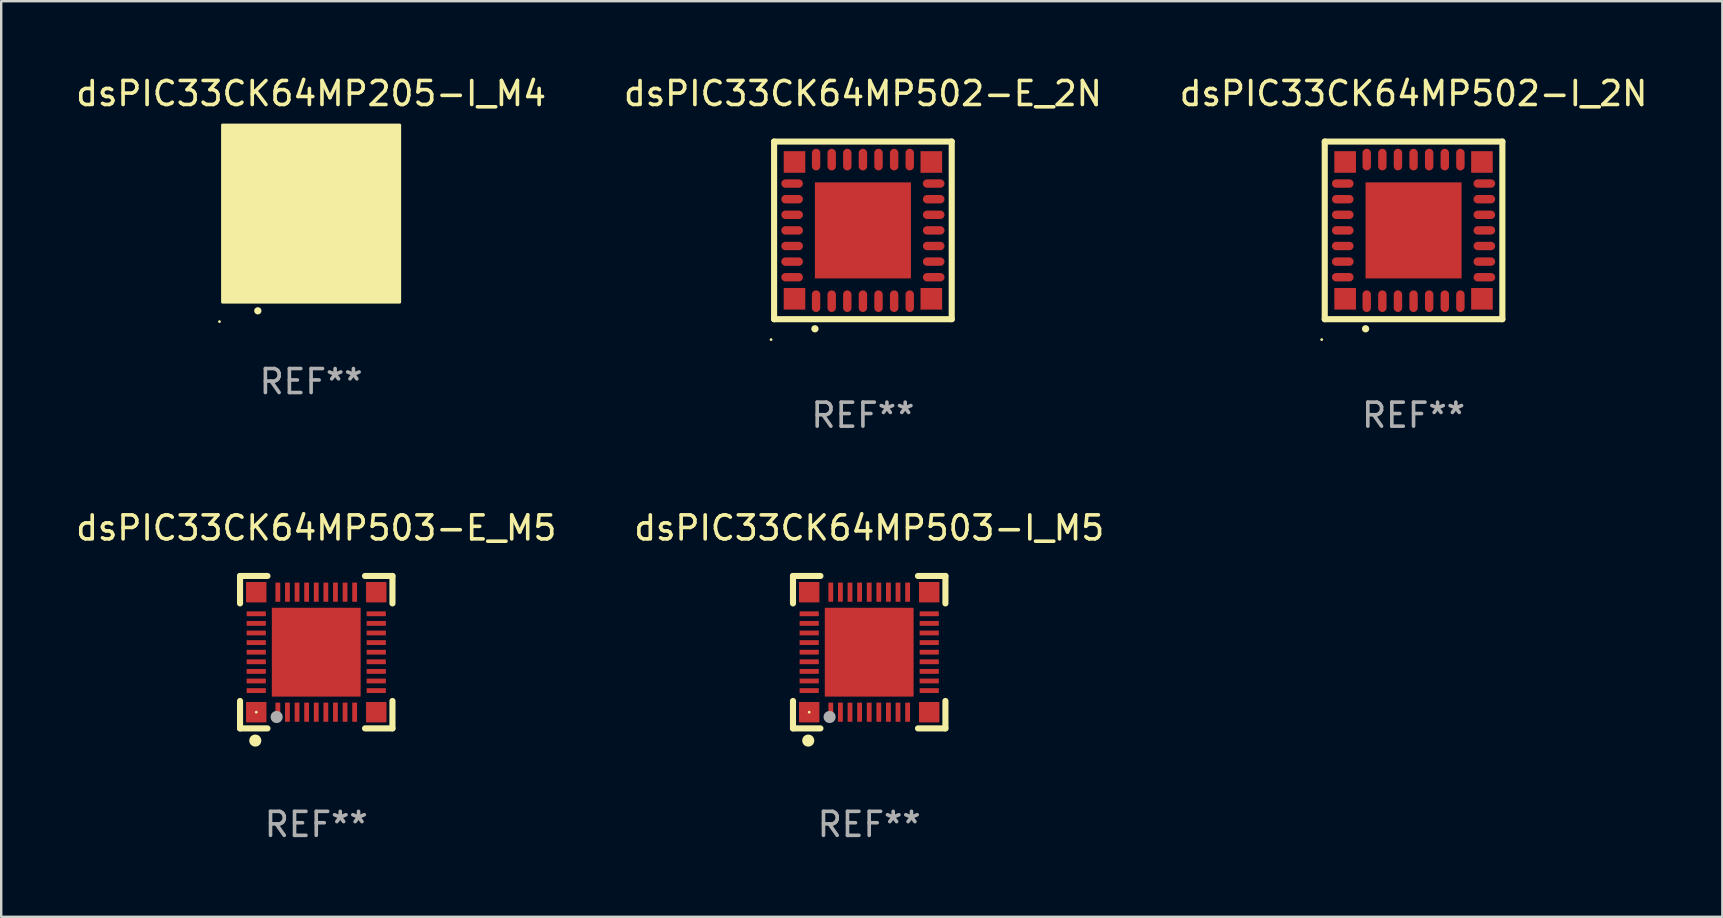
<source format=kicad_pcb>
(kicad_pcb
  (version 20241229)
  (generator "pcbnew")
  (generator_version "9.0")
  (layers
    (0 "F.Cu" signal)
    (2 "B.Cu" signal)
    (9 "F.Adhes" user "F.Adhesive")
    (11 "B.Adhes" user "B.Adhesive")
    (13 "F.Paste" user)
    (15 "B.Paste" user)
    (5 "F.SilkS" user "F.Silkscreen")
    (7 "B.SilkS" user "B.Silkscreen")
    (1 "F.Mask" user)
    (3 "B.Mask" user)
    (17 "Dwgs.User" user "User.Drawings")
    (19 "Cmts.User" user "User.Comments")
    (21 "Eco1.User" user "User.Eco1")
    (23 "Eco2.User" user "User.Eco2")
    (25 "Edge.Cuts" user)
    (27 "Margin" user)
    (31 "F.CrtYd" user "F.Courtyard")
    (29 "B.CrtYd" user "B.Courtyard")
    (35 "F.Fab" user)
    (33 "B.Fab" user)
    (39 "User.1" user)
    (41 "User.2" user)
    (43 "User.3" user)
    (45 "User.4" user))
  (footprint "dsPIC33CK64MP502-I_2N"
    (layer "F.Cu")
    (at 55.839 6.548)
    (property "Reference" "dsPIC33CK64MP502-I_2N" (at 0 -5.7 0) (layer "F.SilkS") (effects (font (size 1 1) (thickness 0.15))))
    (attr through_hole)
    (fp_line (start -3.7 -3.7) (end 3.7 -3.7) (stroke (width 0.254) (type solid)) (layer "F.SilkS"))
    (fp_line (start -3.7 3.7) (end -3.7 -3.7) (stroke (width 0.254) (type solid)) (layer "F.SilkS"))
    (fp_line (start 3.7 -3.7) (end 3.7 3.7) (stroke (width 0.254) (type solid)) (layer "F.SilkS"))
    (fp_line (start 3.7 3.7) (end -3.7 3.7) (stroke (width 0.254) (type solid)) (layer "F.SilkS"))
    (fp_arc (start -2 4.1) (mid -1.99873 4.099995) (end -1.99746 4.1) (stroke (width 0.3) (type solid)) (layer "F.SilkS"))
    (fp_circle (center -3.827 4.55) (end -3.797 4.55) (stroke (width 0.06) (type solid)) (fill no) (layer "F.SilkS"))
    (fp_text user "REF**" (at 0 7.7 0) (layer "F.Fab") (effects (font (size 1 1) (thickness 0.15))))
    (pad "1" smd oval (at -1.951 2.949 180) (size 0.35 0.9) (layers "F.Cu" "F.Mask" "F.Paste"))
    (pad "2" smd oval (at -1.3 2.949 180) (size 0.35 0.9) (layers "F.Cu" "F.Mask" "F.Paste"))
    (pad "3" smd oval (at -0.65 2.949 180) (size 0.35 0.9) (layers "F.Cu" "F.Mask" "F.Paste"))
    (pad "4" smd oval (at 0.000051 2.949 180) (size 0.35 0.9) (layers "F.Cu" "F.Mask" "F.Paste"))
    (pad "5" smd oval (at 0.65 2.949 180) (size 0.35 0.9) (layers "F.Cu" "F.Mask" "F.Paste"))
    (pad "6" smd oval (at 1.301 2.949 180) (size 0.35 0.9) (layers "F.Cu" "F.Mask" "F.Paste"))
    (pad "7" smd oval (at 1.951 2.949 180) (size 0.35 0.9) (layers "F.Cu" "F.Mask" "F.Paste"))
    (pad "8" smd oval (at 2.949 1.951 90) (size 0.35 0.9) (layers "F.Cu" "F.Mask" "F.Paste"))
    (pad "9" smd oval (at 2.949 1.301 90) (size 0.35 0.9) (layers "F.Cu" "F.Mask" "F.Paste"))
    (pad "10" smd oval (at 2.949 0.65 90) (size 0.35 0.9) (layers "F.Cu" "F.Mask" "F.Paste"))
    (pad "11" smd oval (at 2.949 0.000051 90) (size 0.35 0.9) (layers "F.Cu" "F.Mask" "F.Paste"))
    (pad "12" smd oval (at 2.949 -0.65 90) (size 0.35 0.9) (layers "F.Cu" "F.Mask" "F.Paste"))
    (pad "13" smd oval (at 2.949 -1.3 90) (size 0.35 0.9) (layers "F.Cu" "F.Mask" "F.Paste"))
    (pad "14" smd oval (at 2.949 -1.951 90) (size 0.35 0.9) (layers "F.Cu" "F.Mask" "F.Paste"))
    (pad "15" smd oval (at 1.951 -2.949 180) (size 0.35 0.9) (layers "F.Cu" "F.Mask" "F.Paste"))
    (pad "16" smd oval (at 1.301 -2.949 180) (size 0.35 0.9) (layers "F.Cu" "F.Mask" "F.Paste"))
    (pad "17" smd oval (at 0.65 -2.949 180) (size 0.35 0.9) (layers "F.Cu" "F.Mask" "F.Paste"))
    (pad "18" smd oval (at 0.000051 -2.949 180) (size 0.35 0.9) (layers "F.Cu" "F.Mask" "F.Paste"))
    (pad "19" smd oval (at -0.65 -2.949 180) (size 0.35 0.9) (layers "F.Cu" "F.Mask" "F.Paste"))
    (pad "20" smd oval (at -1.3 -2.949 180) (size 0.35 0.9) (layers "F.Cu" "F.Mask" "F.Paste"))
    (pad "21" smd oval (at -1.951 -2.949 180) (size 0.35 0.9) (layers "F.Cu" "F.Mask" "F.Paste"))
    (pad "22" smd oval (at -2.949 -1.951 90) (size 0.35 0.9) (layers "F.Cu" "F.Mask" "F.Paste"))
    (pad "23" smd oval (at -2.949 -1.3 90) (size 0.35 0.9) (layers "F.Cu" "F.Mask" "F.Paste"))
    (pad "24" smd oval (at -2.949 -0.65 90) (size 0.35 0.9) (layers "F.Cu" "F.Mask" "F.Paste"))
    (pad "25" smd oval (at -2.949 0.000051 90) (size 0.35 0.9) (layers "F.Cu" "F.Mask" "F.Paste"))
    (pad "26" smd oval (at -2.949 0.65 90) (size 0.35 0.9) (layers "F.Cu" "F.Mask" "F.Paste"))
    (pad "27" smd oval (at -2.949 1.301 90) (size 0.35 0.9) (layers "F.Cu" "F.Mask" "F.Paste"))
    (pad "28" smd oval (at -2.949 1.951 90) (size 0.35 0.9) (layers "F.Cu" "F.Mask" "F.Paste"))
    (pad "29" smd rect (at -2.85 -2.85 90) (size 0.9 0.9) (layers "F.Cu" "F.Mask" "F.Paste"))
    (pad "29" smd rect (at -2.85 2.85 90) (size 0.9 0.9) (layers "F.Cu" "F.Mask" "F.Paste"))
    (pad "29" smd rect (at 0.000051 0.000051 90) (size 4 4) (layers "F.Cu" "F.Mask" "F.Paste"))
    (pad "29" smd rect (at 2.85 -2.85 90) (size 0.9 0.9) (layers "F.Cu" "F.Mask" "F.Paste"))
    (pad "29" smd rect (at 2.85 2.85 90) (size 0.9 0.9) (layers "F.Cu" "F.Mask" "F.Paste")))
  (footprint "dsPIC33CK64MP503-E_M5"
    (layer "F.Cu")
    (at 10.125 24.12)
    (property "Reference" "dsPIC33CK64MP503-E_M5" (at 0 -5.175 0) (layer "F.SilkS") (effects (font (size 1 1) (thickness 0.15))))
    (attr through_hole)
    (fp_line (start -3.175 -3.175) (end -2.032 -3.175) (stroke (width 0.254) (type solid)) (layer "F.SilkS"))
    (fp_line (start -3.175 -2.032) (end -3.175 -3.175) (stroke (width 0.254) (type solid)) (layer "F.SilkS"))
    (fp_line (start -3.175 3.175) (end -3.175 2.032) (stroke (width 0.254) (type solid)) (layer "F.SilkS"))
    (fp_line (start -2.032 3.175) (end -3.175 3.175) (stroke (width 0.254) (type solid)) (layer "F.SilkS"))
    (fp_line (start 2.032 -3.175) (end 3.175 -3.175) (stroke (width 0.254) (type solid)) (layer "F.SilkS"))
    (fp_line (start 3.175 -3.175) (end 3.175 -2.032) (stroke (width 0.254) (type solid)) (layer "F.SilkS"))
    (fp_line (start 3.175 2.032) (end 3.175 3.175) (stroke (width 0.254) (type solid)) (layer "F.SilkS"))
    (fp_line (start 3.175 3.175) (end 2.032 3.175) (stroke (width 0.254) (type solid)) (layer "F.SilkS"))
    (fp_circle (center -2.54 3.683) (end -2.413 3.683) (stroke (width 0.254) (type solid)) (fill no) (layer "F.SilkS"))
    (fp_circle (center -2.5 2.5) (end -2.47 2.5) (stroke (width 0.06) (type solid)) (fill no) (layer "F.SilkS"))
    (fp_circle (center -1.65 2.7) (end -1.523 2.7) (stroke (width 0.254) (type solid)) (fill no) (layer "F.Fab"))
    (fp_text user "REF**" (at 0 7.175 0) (layer "F.Fab") (effects (font (size 1 1) (thickness 0.15))))
    (pad "1" smd rect (at -1.6 2.5) (size 0.2 0.8) (layers "F.Cu" "F.Mask" "F.Paste"))
    (pad "2" smd rect (at -1.2 2.5) (size 0.2 0.8) (layers "F.Cu" "F.Mask" "F.Paste"))
    (pad "3" smd rect (at -0.8 2.5) (size 0.2 0.8) (layers "F.Cu" "F.Mask" "F.Paste"))
    (pad "4" smd rect (at -0.4 2.5) (size 0.2 0.8) (layers "F.Cu" "F.Mask" "F.Paste"))
    (pad "5" smd rect (at -0.000051 2.5) (size 0.2 0.8) (layers "F.Cu" "F.Mask" "F.Paste"))
    (pad "6" smd rect (at 0.4 2.5) (size 0.2 0.8) (layers "F.Cu" "F.Mask" "F.Paste"))
    (pad "7" smd rect (at 0.8 2.5) (size 0.2 0.8) (layers "F.Cu" "F.Mask" "F.Paste"))
    (pad "8" smd rect (at 1.2 2.5) (size 0.2 0.8) (layers "F.Cu" "F.Mask" "F.Paste"))
    (pad "9" smd rect (at 1.6 2.5) (size 0.2 0.8) (layers "F.Cu" "F.Mask" "F.Paste"))
    (pad "10" smd rect (at 2.5 1.6 90) (size 0.2 0.8) (layers "F.Cu" "F.Mask" "F.Paste"))
    (pad "11" smd rect (at 2.5 1.2 90) (size 0.2 0.8) (layers "F.Cu" "F.Mask" "F.Paste"))
    (pad "12" smd rect (at 2.5 0.8 90) (size 0.2 0.8) (layers "F.Cu" "F.Mask" "F.Paste"))
    (pad "13" smd rect (at 2.5 0.4 90) (size 0.2 0.8) (layers "F.Cu" "F.Mask" "F.Paste"))
    (pad "14" smd rect (at 2.5 -0.000051 90) (size 0.2 0.8) (layers "F.Cu" "F.Mask" "F.Paste"))
    (pad "15" smd rect (at 2.5 -0.4 90) (size 0.2 0.8) (layers "F.Cu" "F.Mask" "F.Paste"))
    (pad "16" smd rect (at 2.5 -0.8 90) (size 0.2 0.8) (layers "F.Cu" "F.Mask" "F.Paste"))
    (pad "17" smd rect (at 2.5 -1.2 90) (size 0.2 0.8) (layers "F.Cu" "F.Mask" "F.Paste"))
    (pad "18" smd rect (at 2.5 -1.6 90) (size 0.2 0.8) (layers "F.Cu" "F.Mask" "F.Paste"))
    (pad "19" smd rect (at 1.6 -2.5 180) (size 0.2 0.8) (layers "F.Cu" "F.Mask" "F.Paste"))
    (pad "20" smd rect (at 1.2 -2.5 180) (size 0.2 0.8) (layers "F.Cu" "F.Mask" "F.Paste"))
    (pad "21" smd rect (at 0.8 -2.5 180) (size 0.2 0.8) (layers "F.Cu" "F.Mask" "F.Paste"))
    (pad "22" smd rect (at 0.4 -2.5 180) (size 0.2 0.8) (layers "F.Cu" "F.Mask" "F.Paste"))
    (pad "23" smd rect (at -0.000051 -2.5 180) (size 0.2 0.8) (layers "F.Cu" "F.Mask" "F.Paste"))
    (pad "24" smd rect (at -0.4 -2.5 180) (size 0.2 0.8) (layers "F.Cu" "F.Mask" "F.Paste"))
    (pad "25" smd rect (at -0.8 -2.5 180) (size 0.2 0.8) (layers "F.Cu" "F.Mask" "F.Paste"))
    (pad "26" smd rect (at -1.2 -2.5 180) (size 0.2 0.8) (layers "F.Cu" "F.Mask" "F.Paste"))
    (pad "27" smd rect (at -1.6 -2.5 180) (size 0.2 0.8) (layers "F.Cu" "F.Mask" "F.Paste"))
    (pad "28" smd rect (at -2.5 -1.6 270) (size 0.2 0.8) (layers "F.Cu" "F.Mask" "F.Paste"))
    (pad "29" smd rect (at -2.5 -1.2 270) (size 0.2 0.8) (layers "F.Cu" "F.Mask" "F.Paste"))
    (pad "30" smd rect (at -2.5 -0.8 270) (size 0.2 0.8) (layers "F.Cu" "F.Mask" "F.Paste"))
    (pad "31" smd rect (at -2.5 -0.4 270) (size 0.2 0.8) (layers "F.Cu" "F.Mask" "F.Paste"))
    (pad "32" smd rect (at -2.5 -0.000051 270) (size 0.2 0.8) (layers "F.Cu" "F.Mask" "F.Paste"))
    (pad "33" smd rect (at -2.5 0.4 270) (size 0.2 0.8) (layers "F.Cu" "F.Mask" "F.Paste"))
    (pad "34" smd rect (at -2.5 0.8 270) (size 0.2 0.8) (layers "F.Cu" "F.Mask" "F.Paste"))
    (pad "35" smd rect (at -2.5 1.2 270) (size 0.2 0.8) (layers "F.Cu" "F.Mask" "F.Paste"))
    (pad "36" smd rect (at -2.5 1.6 270) (size 0.2 0.8) (layers "F.Cu" "F.Mask" "F.Paste"))
    (pad "37" smd rect (at -2.5 -2.5) (size 0.85 0.85) (layers "F.Cu" "F.Mask" "F.Paste"))
    (pad "37" smd rect (at -2.5 2.5) (size 0.85 0.85) (layers "F.Cu" "F.Mask" "F.Paste"))
    (pad "37" smd rect (at -0.000051 -0.000051) (size 3.7 3.7) (layers "F.Cu" "F.Mask" "F.Paste"))
    (pad "37" smd rect (at 2.5 -2.5) (size 0.85 0.85) (layers "F.Cu" "F.Mask" "F.Paste"))
    (pad "37" smd rect (at 2.5 2.5) (size 0.85 0.85) (layers "F.Cu" "F.Mask" "F.Paste")))
  (footprint "dsPIC33CK64MP205-I_M4"
    (layer "F.Cu")
    (at 9.911 5.848)
    (property "Reference" "dsPIC33CK64MP205-I_M4" (at 0 -5 0) (layer "F.SilkS") (effects (font (size 1 1) (thickness 0.15))))
    (attr through_hole)
    (fp_arc (start -2.221158 4.050013) (mid -2.219888 4.050008) (end -2.218618 4.050013) (stroke (width 0.3) (type solid)) (layer "F.SilkS"))
    (fp_circle (center -3.817 4.5) (end -3.787 4.5) (stroke (width 0.06) (type solid)) (fill no) (layer "F.SilkS"))
    (fp_poly (pts (xy -3.69 -3.69) (xy 3.69 -3.69) (xy 3.69 3.69) (xy -3.69 3.69)) (stroke (width 0.12) (type solid)) (fill yes) (layer "F.SilkS"))
    (fp_text user "REF**" (at 0 7 0) (layer "F.Fab") (effects (font (size 1 1) (thickness 0.15))))
    (pad "1" smd oval (at -2.201 3) (size 0.2 0.95) (layers "F.Cu" "F.Mask" "F.Paste"))
    (pad "2" smd oval (at -1.8 3) (size 0.2 0.95) (layers "F.Cu" "F.Mask" "F.Paste"))
    (pad "3" smd oval (at -1.401 3) (size 0.2 0.95) (layers "F.Cu" "F.Mask" "F.Paste"))
    (pad "4" smd oval (at -0.999 3) (size 0.2 0.95) (layers "F.Cu" "F.Mask" "F.Paste"))
    (pad "5" smd oval (at -0.601 3) (size 0.2 0.95) (layers "F.Cu" "F.Mask" "F.Paste"))
    (pad "6" smd oval (at -0.199 3) (size 0.2 0.95) (layers "F.Cu" "F.Mask" "F.Paste"))
    (pad "7" smd oval (at 0.199 3) (size 0.2 0.95) (layers "F.Cu" "F.Mask" "F.Paste"))
    (pad "8" smd oval (at 0.601 3) (size 0.2 0.95) (layers "F.Cu" "F.Mask" "F.Paste"))
    (pad "9" smd oval (at 0.999 3) (size 0.2 0.95) (layers "F.Cu" "F.Mask" "F.Paste"))
    (pad "10" smd oval (at 1.401 3) (size 0.2 0.95) (layers "F.Cu" "F.Mask" "F.Paste"))
    (pad "11" smd oval (at 1.8 3) (size 0.2 0.95) (layers "F.Cu" "F.Mask" "F.Paste"))
    (pad "12" smd oval (at 2.201 3) (size 0.2 0.95) (layers "F.Cu" "F.Mask" "F.Paste"))
    (pad "13" smd oval (at 3 2.198 90) (size 0.2 0.95) (layers "F.Cu" "F.Mask" "F.Paste"))
    (pad "14" smd oval (at 3 1.8 90) (size 0.2 0.95) (layers "F.Cu" "F.Mask" "F.Paste"))
    (pad "15" smd oval (at 3 1.401 90) (size 0.2 0.95) (layers "F.Cu" "F.Mask" "F.Paste"))
    (pad "16" smd oval (at 3 0.999 90) (size 0.2 0.95) (layers "F.Cu" "F.Mask" "F.Paste"))
    (pad "17" smd oval (at 3 0.601 90) (size 0.2 0.95) (layers "F.Cu" "F.Mask" "F.Paste"))
    (pad "18" smd oval (at 3 0.199 90) (size 0.2 0.95) (layers "F.Cu" "F.Mask" "F.Paste"))
    (pad "19" smd oval (at 3 -0.199 90) (size 0.2 0.95) (layers "F.Cu" "F.Mask" "F.Paste"))
    (pad "20" smd oval (at 3 -0.601 90) (size 0.2 0.95) (layers "F.Cu" "F.Mask" "F.Paste"))
    (pad "21" smd oval (at 3 -0.999 90) (size 0.2 0.95) (layers "F.Cu" "F.Mask" "F.Paste"))
    (pad "22" smd oval (at 3 -1.401 90) (size 0.2 0.95) (layers "F.Cu" "F.Mask" "F.Paste"))
    (pad "23" smd oval (at 3 -1.8 90) (size 0.2 0.95) (layers "F.Cu" "F.Mask" "F.Paste"))
    (pad "24" smd oval (at 3 -2.201 90) (size 0.2 0.95) (layers "F.Cu" "F.Mask" "F.Paste"))
    (pad "25" smd oval (at 2.201 -3 180) (size 0.2 0.95) (layers "F.Cu" "F.Mask" "F.Paste"))
    (pad "26" smd oval (at 1.8 -3 180) (size 0.2 0.95) (layers "F.Cu" "F.Mask" "F.Paste"))
    (pad "27" smd oval (at 1.401 -3 180) (size 0.2 0.95) (layers "F.Cu" "F.Mask" "F.Paste"))
    (pad "28" smd oval (at 0.999 -3 180) (size 0.2 0.95) (layers "F.Cu" "F.Mask" "F.Paste"))
    (pad "29" smd oval (at 0.601 -3 180) (size 0.2 0.95) (layers "F.Cu" "F.Mask" "F.Paste"))
    (pad "30" smd oval (at 0.199 -3 180) (size 0.2 0.95) (layers "F.Cu" "F.Mask" "F.Paste"))
    (pad "31" smd oval (at -0.199 -3 180) (size 0.2 0.95) (layers "F.Cu" "F.Mask" "F.Paste"))
    (pad "32" smd oval (at -0.601 -3 180) (size 0.2 0.95) (layers "F.Cu" "F.Mask" "F.Paste"))
    (pad "33" smd oval (at -0.999 -3 180) (size 0.2 0.95) (layers "F.Cu" "F.Mask" "F.Paste"))
    (pad "34" smd oval (at -1.401 -3 180) (size 0.2 0.95) (layers "F.Cu" "F.Mask" "F.Paste"))
    (pad "35" smd oval (at -1.8 -3 180) (size 0.2 0.95) (layers "F.Cu" "F.Mask" "F.Paste"))
    (pad "36" smd oval (at -2.201 -3 180) (size 0.2 0.95) (layers "F.Cu" "F.Mask" "F.Paste"))
    (pad "37" smd oval (at -3 -2.201 270) (size 0.2 0.95) (layers "F.Cu" "F.Mask" "F.Paste"))
    (pad "38" smd oval (at -3 -1.8 270) (size 0.2 0.95) (layers "F.Cu" "F.Mask" "F.Paste"))
    (pad "39" smd oval (at -3 -1.401 270) (size 0.2 0.95) (layers "F.Cu" "F.Mask" "F.Paste"))
    (pad "40" smd oval (at -3 -0.999 270) (size 0.2 0.95) (layers "F.Cu" "F.Mask" "F.Paste"))
    (pad "41" smd oval (at -3 -0.601 270) (size 0.2 0.95) (layers "F.Cu" "F.Mask" "F.Paste"))
    (pad "42" smd oval (at -3 -0.199 270) (size 0.2 0.95) (layers "F.Cu" "F.Mask" "F.Paste"))
    (pad "43" smd oval (at -3 0.199 270) (size 0.2 0.95) (layers "F.Cu" "F.Mask" "F.Paste"))
    (pad "44" smd oval (at -3 0.601 270) (size 0.2 0.95) (layers "F.Cu" "F.Mask" "F.Paste"))
    (pad "45" smd oval (at -3 0.999 270) (size 0.2 0.95) (layers "F.Cu" "F.Mask" "F.Paste"))
    (pad "46" smd oval (at -3 1.401 270) (size 0.2 0.95) (layers "F.Cu" "F.Mask" "F.Paste"))
    (pad "47" smd oval (at -3 1.8 270) (size 0.2 0.95) (layers "F.Cu" "F.Mask" "F.Paste"))
    (pad "48" smd oval (at -3 2.198 270) (size 0.2 0.95) (layers "F.Cu" "F.Mask" "F.Paste"))
    (pad "49" smd rect (at -3 -3 90) (size 0.9 0.9) (layers "F.Cu" "F.Mask" "F.Paste"))
    (pad "49" smd rect (at -3 3 90) (size 0.9 0.9) (layers "F.Cu" "F.Mask" "F.Paste"))
    (pad "49" smd rect (at -0.001 -0.001 90) (size 4.6 4.6) (layers "F.Cu" "F.Mask" "F.Paste"))
    (pad "49" smd rect (at 3 -3 90) (size 0.9 0.9) (layers "F.Cu" "F.Mask" "F.Paste"))
    (pad "49" smd rect (at 3 3 90) (size 0.9 0.9) (layers "F.Cu" "F.Mask" "F.Paste")))
  (footprint "dsPIC33CK64MP503-I_M5"
    (layer "F.Cu")
    (at 33.161 24.12)
    (property "Reference" "dsPIC33CK64MP503-I_M5" (at 0 -5.175 0) (layer "F.SilkS") (effects (font (size 1 1) (thickness 0.15))))
    (attr through_hole)
    (fp_line (start -3.175 -3.175) (end -2.032 -3.175) (stroke (width 0.254) (type solid)) (layer "F.SilkS"))
    (fp_line (start -3.175 -2.032) (end -3.175 -3.175) (stroke (width 0.254) (type solid)) (layer "F.SilkS"))
    (fp_line (start -3.175 3.175) (end -3.175 2.032) (stroke (width 0.254) (type solid)) (layer "F.SilkS"))
    (fp_line (start -2.032 3.175) (end -3.175 3.175) (stroke (width 0.254) (type solid)) (layer "F.SilkS"))
    (fp_line (start 2.032 -3.175) (end 3.175 -3.175) (stroke (width 0.254) (type solid)) (layer "F.SilkS"))
    (fp_line (start 3.175 -3.175) (end 3.175 -2.032) (stroke (width 0.254) (type solid)) (layer "F.SilkS"))
    (fp_line (start 3.175 2.032) (end 3.175 3.175) (stroke (width 0.254) (type solid)) (layer "F.SilkS"))
    (fp_line (start 3.175 3.175) (end 2.032 3.175) (stroke (width 0.254) (type solid)) (layer "F.SilkS"))
    (fp_circle (center -2.54 3.683) (end -2.413 3.683) (stroke (width 0.254) (type solid)) (fill no) (layer "F.SilkS"))
    (fp_circle (center -2.5 2.5) (end -2.47 2.5) (stroke (width 0.06) (type solid)) (fill no) (layer "F.SilkS"))
    (fp_circle (center -1.65 2.7) (end -1.523 2.7) (stroke (width 0.254) (type solid)) (fill no) (layer "F.Fab"))
    (fp_text user "REF**" (at 0 7.175 0) (layer "F.Fab") (effects (font (size 1 1) (thickness 0.15))))
    (pad "1" smd rect (at -1.6 2.5) (size 0.2 0.8) (layers "F.Cu" "F.Mask" "F.Paste"))
    (pad "2" smd rect (at -1.2 2.5) (size 0.2 0.8) (layers "F.Cu" "F.Mask" "F.Paste"))
    (pad "3" smd rect (at -0.8 2.5) (size 0.2 0.8) (layers "F.Cu" "F.Mask" "F.Paste"))
    (pad "4" smd rect (at -0.4 2.5) (size 0.2 0.8) (layers "F.Cu" "F.Mask" "F.Paste"))
    (pad "5" smd rect (at -0.000051 2.5) (size 0.2 0.8) (layers "F.Cu" "F.Mask" "F.Paste"))
    (pad "6" smd rect (at 0.4 2.5) (size 0.2 0.8) (layers "F.Cu" "F.Mask" "F.Paste"))
    (pad "7" smd rect (at 0.8 2.5) (size 0.2 0.8) (layers "F.Cu" "F.Mask" "F.Paste"))
    (pad "8" smd rect (at 1.2 2.5) (size 0.2 0.8) (layers "F.Cu" "F.Mask" "F.Paste"))
    (pad "9" smd rect (at 1.6 2.5) (size 0.2 0.8) (layers "F.Cu" "F.Mask" "F.Paste"))
    (pad "10" smd rect (at 2.5 1.6 90) (size 0.2 0.8) (layers "F.Cu" "F.Mask" "F.Paste"))
    (pad "11" smd rect (at 2.5 1.2 90) (size 0.2 0.8) (layers "F.Cu" "F.Mask" "F.Paste"))
    (pad "12" smd rect (at 2.5 0.8 90) (size 0.2 0.8) (layers "F.Cu" "F.Mask" "F.Paste"))
    (pad "13" smd rect (at 2.5 0.4 90) (size 0.2 0.8) (layers "F.Cu" "F.Mask" "F.Paste"))
    (pad "14" smd rect (at 2.5 -0.000051 90) (size 0.2 0.8) (layers "F.Cu" "F.Mask" "F.Paste"))
    (pad "15" smd rect (at 2.5 -0.4 90) (size 0.2 0.8) (layers "F.Cu" "F.Mask" "F.Paste"))
    (pad "16" smd rect (at 2.5 -0.8 90) (size 0.2 0.8) (layers "F.Cu" "F.Mask" "F.Paste"))
    (pad "17" smd rect (at 2.5 -1.2 90) (size 0.2 0.8) (layers "F.Cu" "F.Mask" "F.Paste"))
    (pad "18" smd rect (at 2.5 -1.6 90) (size 0.2 0.8) (layers "F.Cu" "F.Mask" "F.Paste"))
    (pad "19" smd rect (at 1.6 -2.5 180) (size 0.2 0.8) (layers "F.Cu" "F.Mask" "F.Paste"))
    (pad "20" smd rect (at 1.2 -2.5 180) (size 0.2 0.8) (layers "F.Cu" "F.Mask" "F.Paste"))
    (pad "21" smd rect (at 0.8 -2.5 180) (size 0.2 0.8) (layers "F.Cu" "F.Mask" "F.Paste"))
    (pad "22" smd rect (at 0.4 -2.5 180) (size 0.2 0.8) (layers "F.Cu" "F.Mask" "F.Paste"))
    (pad "23" smd rect (at -0.000051 -2.5 180) (size 0.2 0.8) (layers "F.Cu" "F.Mask" "F.Paste"))
    (pad "24" smd rect (at -0.4 -2.5 180) (size 0.2 0.8) (layers "F.Cu" "F.Mask" "F.Paste"))
    (pad "25" smd rect (at -0.8 -2.5 180) (size 0.2 0.8) (layers "F.Cu" "F.Mask" "F.Paste"))
    (pad "26" smd rect (at -1.2 -2.5 180) (size 0.2 0.8) (layers "F.Cu" "F.Mask" "F.Paste"))
    (pad "27" smd rect (at -1.6 -2.5 180) (size 0.2 0.8) (layers "F.Cu" "F.Mask" "F.Paste"))
    (pad "28" smd rect (at -2.5 -1.6 270) (size 0.2 0.8) (layers "F.Cu" "F.Mask" "F.Paste"))
    (pad "29" smd rect (at -2.5 -1.2 270) (size 0.2 0.8) (layers "F.Cu" "F.Mask" "F.Paste"))
    (pad "30" smd rect (at -2.5 -0.8 270) (size 0.2 0.8) (layers "F.Cu" "F.Mask" "F.Paste"))
    (pad "31" smd rect (at -2.5 -0.4 270) (size 0.2 0.8) (layers "F.Cu" "F.Mask" "F.Paste"))
    (pad "32" smd rect (at -2.5 -0.000051 270) (size 0.2 0.8) (layers "F.Cu" "F.Mask" "F.Paste"))
    (pad "33" smd rect (at -2.5 0.4 270) (size 0.2 0.8) (layers "F.Cu" "F.Mask" "F.Paste"))
    (pad "34" smd rect (at -2.5 0.8 270) (size 0.2 0.8) (layers "F.Cu" "F.Mask" "F.Paste"))
    (pad "35" smd rect (at -2.5 1.2 270) (size 0.2 0.8) (layers "F.Cu" "F.Mask" "F.Paste"))
    (pad "36" smd rect (at -2.5 1.6 270) (size 0.2 0.8) (layers "F.Cu" "F.Mask" "F.Paste"))
    (pad "37" smd rect (at -2.5 -2.5) (size 0.85 0.85) (layers "F.Cu" "F.Mask" "F.Paste"))
    (pad "37" smd rect (at -2.5 2.5) (size 0.85 0.85) (layers "F.Cu" "F.Mask" "F.Paste"))
    (pad "37" smd rect (at -0.000051 -0.000051) (size 3.7 3.7) (layers "F.Cu" "F.Mask" "F.Paste"))
    (pad "37" smd rect (at 2.5 -2.5) (size 0.85 0.85) (layers "F.Cu" "F.Mask" "F.Paste"))
    (pad "37" smd rect (at 2.5 2.5) (size 0.85 0.85) (layers "F.Cu" "F.Mask" "F.Paste")))
  (footprint "dsPIC33CK64MP502-E_2N"
    (layer "F.Cu")
    (at 32.899 6.548)
    (property "Reference" "dsPIC33CK64MP502-E_2N" (at 0 -5.7 0) (layer "F.SilkS") (effects (font (size 1 1) (thickness 0.15))))
    (attr through_hole)
    (fp_line (start -3.7 -3.7) (end 3.7 -3.7) (stroke (width 0.254) (type solid)) (layer "F.SilkS"))
    (fp_line (start -3.7 3.7) (end -3.7 -3.7) (stroke (width 0.254) (type solid)) (layer "F.SilkS"))
    (fp_line (start 3.7 -3.7) (end 3.7 3.7) (stroke (width 0.254) (type solid)) (layer "F.SilkS"))
    (fp_line (start 3.7 3.7) (end -3.7 3.7) (stroke (width 0.254) (type solid)) (layer "F.SilkS"))
    (fp_arc (start -2 4.1) (mid -1.99873 4.099995) (end -1.99746 4.1) (stroke (width 0.3) (type solid)) (layer "F.SilkS"))
    (fp_circle (center -3.827 4.55) (end -3.797 4.55) (stroke (width 0.06) (type solid)) (fill no) (layer "F.SilkS"))
    (fp_text user "REF**" (at 0 7.7 0) (layer "F.Fab") (effects (font (size 1 1) (thickness 0.15))))
    (pad "1" smd oval (at -1.951 2.949 180) (size 0.35 0.9) (layers "F.Cu" "F.Mask" "F.Paste"))
    (pad "2" smd oval (at -1.3 2.949 180) (size 0.35 0.9) (layers "F.Cu" "F.Mask" "F.Paste"))
    (pad "3" smd oval (at -0.65 2.949 180) (size 0.35 0.9) (layers "F.Cu" "F.Mask" "F.Paste"))
    (pad "4" smd oval (at 0.000051 2.949 180) (size 0.35 0.9) (layers "F.Cu" "F.Mask" "F.Paste"))
    (pad "5" smd oval (at 0.65 2.949 180) (size 0.35 0.9) (layers "F.Cu" "F.Mask" "F.Paste"))
    (pad "6" smd oval (at 1.301 2.949 180) (size 0.35 0.9) (layers "F.Cu" "F.Mask" "F.Paste"))
    (pad "7" smd oval (at 1.951 2.949 180) (size 0.35 0.9) (layers "F.Cu" "F.Mask" "F.Paste"))
    (pad "8" smd oval (at 2.949 1.951 90) (size 0.35 0.9) (layers "F.Cu" "F.Mask" "F.Paste"))
    (pad "9" smd oval (at 2.949 1.301 90) (size 0.35 0.9) (layers "F.Cu" "F.Mask" "F.Paste"))
    (pad "10" smd oval (at 2.949 0.65 90) (size 0.35 0.9) (layers "F.Cu" "F.Mask" "F.Paste"))
    (pad "11" smd oval (at 2.949 0.000051 90) (size 0.35 0.9) (layers "F.Cu" "F.Mask" "F.Paste"))
    (pad "12" smd oval (at 2.949 -0.65 90) (size 0.35 0.9) (layers "F.Cu" "F.Mask" "F.Paste"))
    (pad "13" smd oval (at 2.949 -1.3 90) (size 0.35 0.9) (layers "F.Cu" "F.Mask" "F.Paste"))
    (pad "14" smd oval (at 2.949 -1.951 90) (size 0.35 0.9) (layers "F.Cu" "F.Mask" "F.Paste"))
    (pad "15" smd oval (at 1.951 -2.949 180) (size 0.35 0.9) (layers "F.Cu" "F.Mask" "F.Paste"))
    (pad "16" smd oval (at 1.301 -2.949 180) (size 0.35 0.9) (layers "F.Cu" "F.Mask" "F.Paste"))
    (pad "17" smd oval (at 0.65 -2.949 180) (size 0.35 0.9) (layers "F.Cu" "F.Mask" "F.Paste"))
    (pad "18" smd oval (at 0.000051 -2.949 180) (size 0.35 0.9) (layers "F.Cu" "F.Mask" "F.Paste"))
    (pad "19" smd oval (at -0.65 -2.949 180) (size 0.35 0.9) (layers "F.Cu" "F.Mask" "F.Paste"))
    (pad "20" smd oval (at -1.3 -2.949 180) (size 0.35 0.9) (layers "F.Cu" "F.Mask" "F.Paste"))
    (pad "21" smd oval (at -1.951 -2.949 180) (size 0.35 0.9) (layers "F.Cu" "F.Mask" "F.Paste"))
    (pad "22" smd oval (at -2.949 -1.951 90) (size 0.35 0.9) (layers "F.Cu" "F.Mask" "F.Paste"))
    (pad "23" smd oval (at -2.949 -1.3 90) (size 0.35 0.9) (layers "F.Cu" "F.Mask" "F.Paste"))
    (pad "24" smd oval (at -2.949 -0.65 90) (size 0.35 0.9) (layers "F.Cu" "F.Mask" "F.Paste"))
    (pad "25" smd oval (at -2.949 0.000051 90) (size 0.35 0.9) (layers "F.Cu" "F.Mask" "F.Paste"))
    (pad "26" smd oval (at -2.949 0.65 90) (size 0.35 0.9) (layers "F.Cu" "F.Mask" "F.Paste"))
    (pad "27" smd oval (at -2.949 1.301 90) (size 0.35 0.9) (layers "F.Cu" "F.Mask" "F.Paste"))
    (pad "28" smd oval (at -2.949 1.951 90) (size 0.35 0.9) (layers "F.Cu" "F.Mask" "F.Paste"))
    (pad "29" smd rect (at -2.85 -2.85 90) (size 0.9 0.9) (layers "F.Cu" "F.Mask" "F.Paste"))
    (pad "29" smd rect (at -2.85 2.85 90) (size 0.9 0.9) (layers "F.Cu" "F.Mask" "F.Paste"))
    (pad "29" smd rect (at 0.000051 0.000051 90) (size 4 4) (layers "F.Cu" "F.Mask" "F.Paste"))
    (pad "29" smd rect (at 2.85 -2.85 90) (size 0.9 0.9) (layers "F.Cu" "F.Mask" "F.Paste"))
    (pad "29" smd rect (at 2.85 2.85 90) (size 0.9 0.9) (layers "F.Cu" "F.Mask" "F.Paste")))
  (gr_rect
    (start -3 -3)
    (end 68.702 35.143)
    (stroke (width 0.1) (type default))
    (fill no)
    (layer "Edge.Cuts")))
</source>
